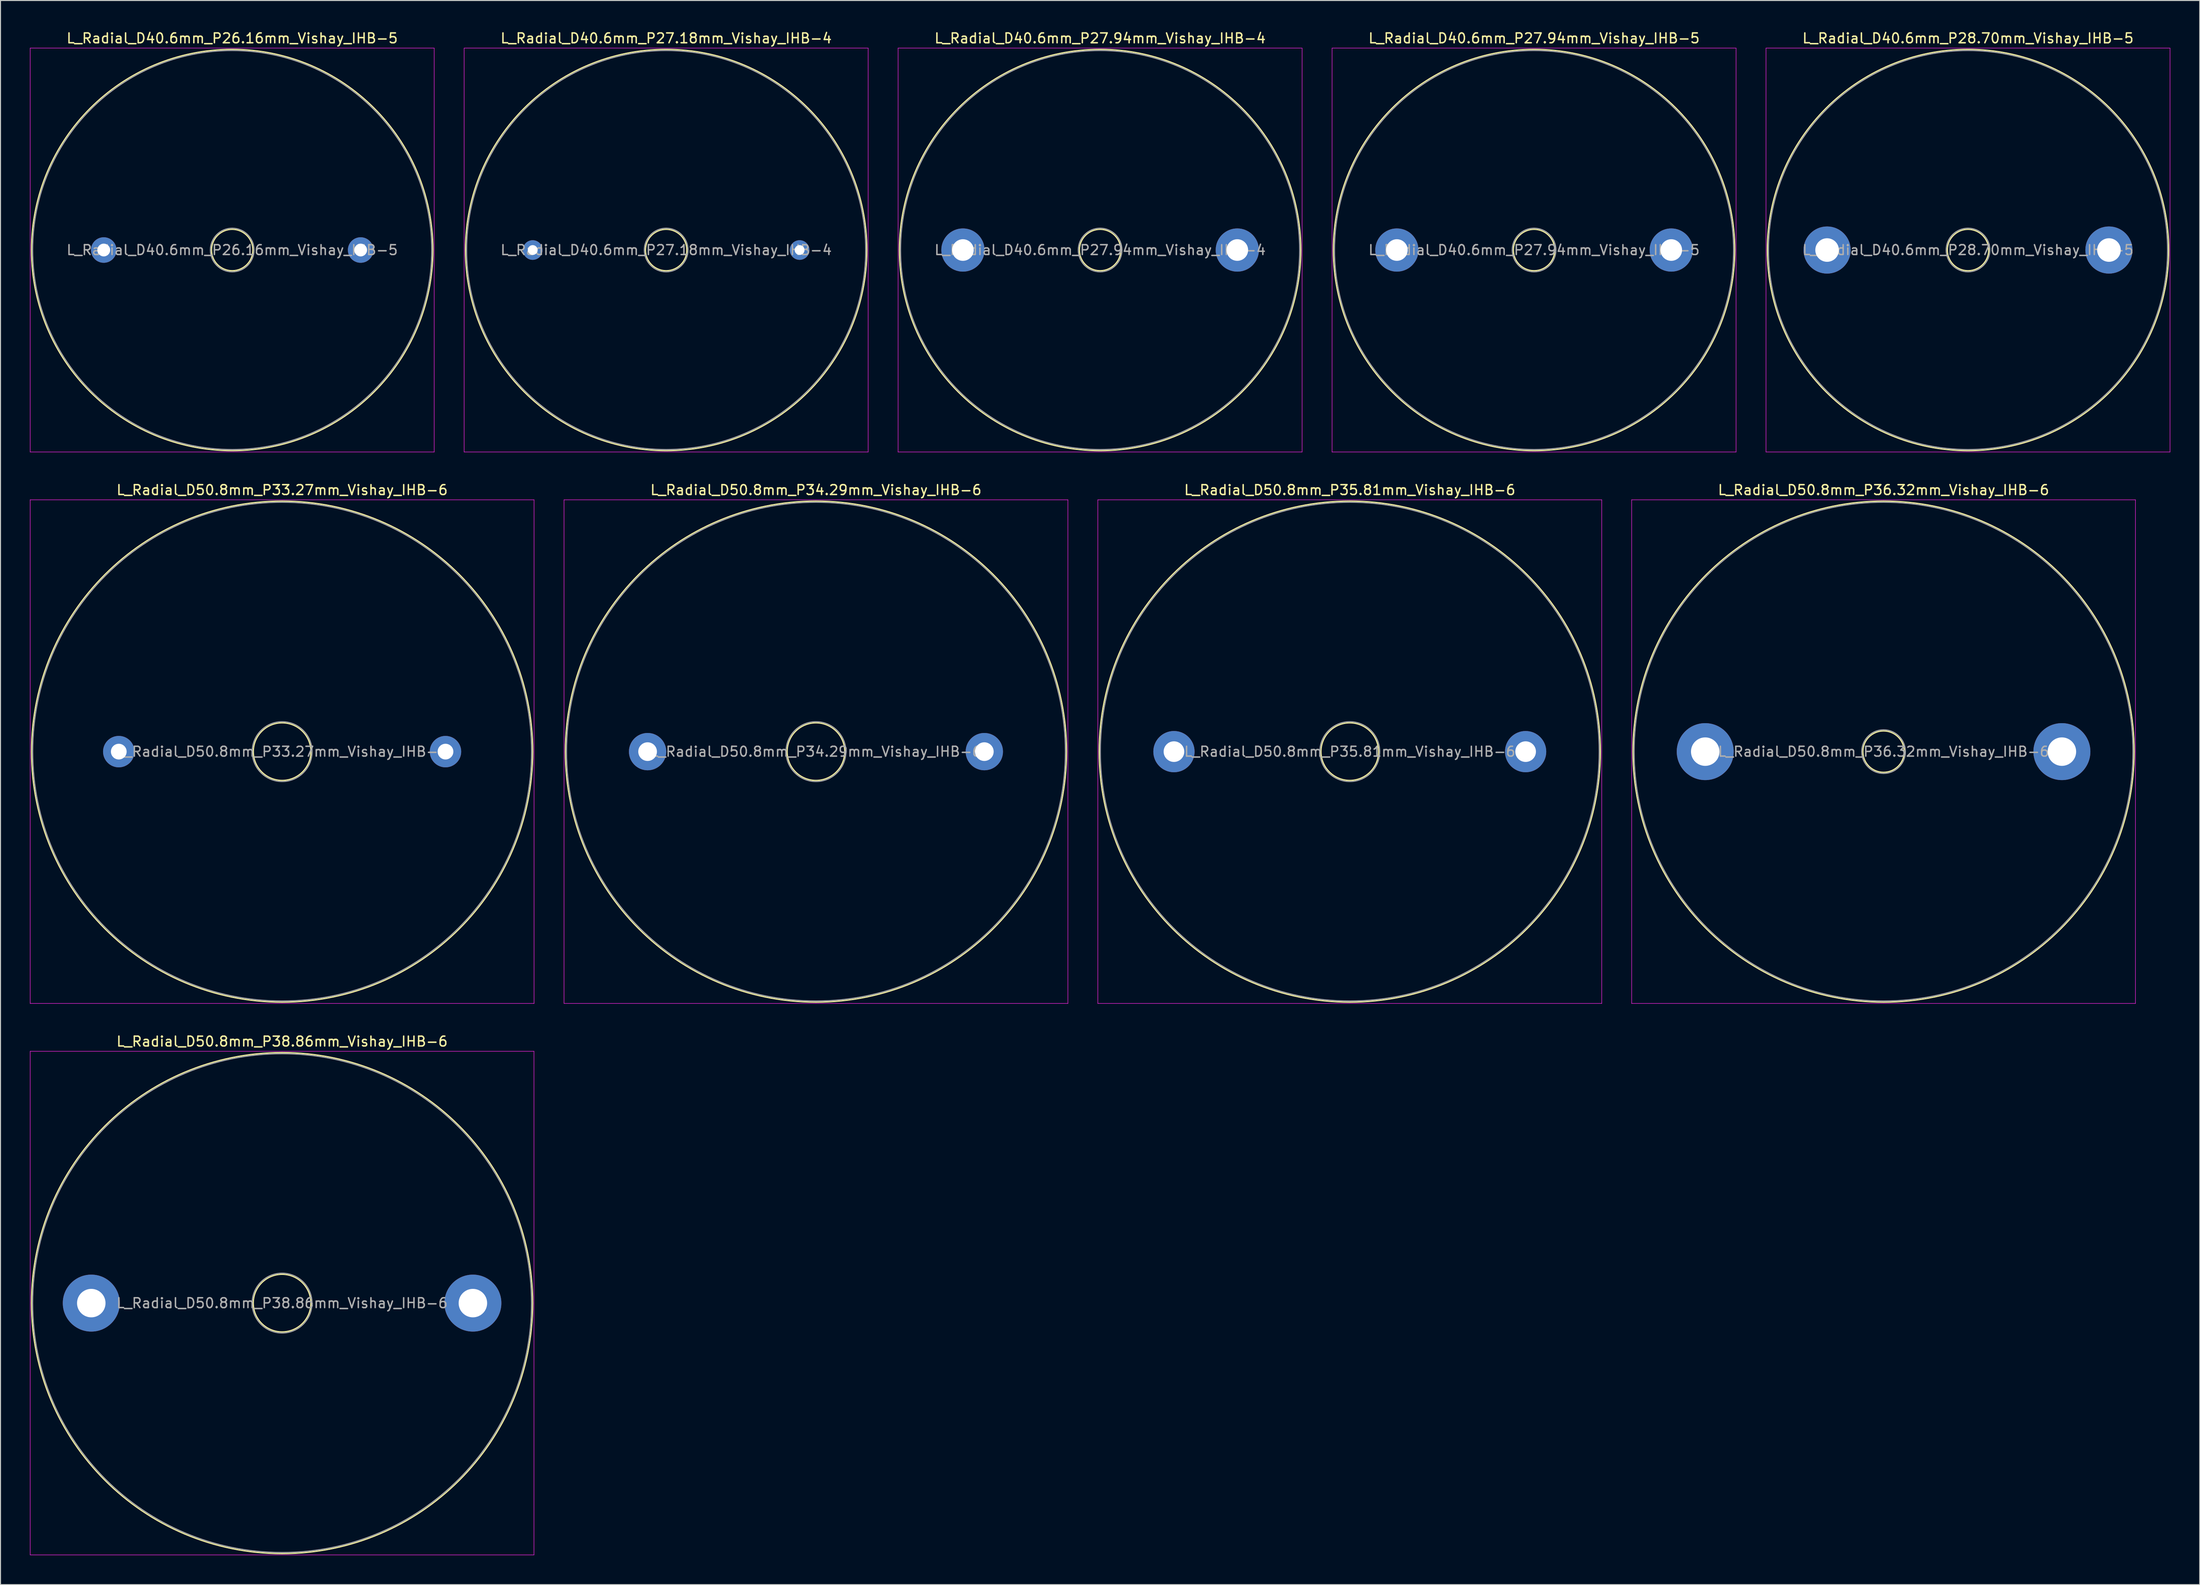
<source format=kicad_pcb>
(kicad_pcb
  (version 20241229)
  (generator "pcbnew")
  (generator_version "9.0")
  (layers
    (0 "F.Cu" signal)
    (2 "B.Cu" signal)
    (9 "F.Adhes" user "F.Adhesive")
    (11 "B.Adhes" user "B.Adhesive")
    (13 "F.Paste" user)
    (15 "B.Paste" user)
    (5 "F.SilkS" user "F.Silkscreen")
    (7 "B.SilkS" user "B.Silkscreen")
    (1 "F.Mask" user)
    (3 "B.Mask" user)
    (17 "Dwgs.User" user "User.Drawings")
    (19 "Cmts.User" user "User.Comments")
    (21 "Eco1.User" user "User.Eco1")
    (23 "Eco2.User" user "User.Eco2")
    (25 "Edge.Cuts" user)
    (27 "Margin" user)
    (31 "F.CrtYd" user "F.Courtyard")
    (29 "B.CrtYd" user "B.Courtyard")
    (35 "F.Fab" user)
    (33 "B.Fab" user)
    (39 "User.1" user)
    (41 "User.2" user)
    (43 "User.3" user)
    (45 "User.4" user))
  (footprint "L_Radial_D40.6mm_P27.18mm_Vishay_IHB-4"
    (layer "F.Cu")
    (at 51.195 22.418)
    (property "Reference" "L_Radial_D40.6mm_P27.18mm_Vishay_IHB-4" (at 13.59 -21.57 0) (layer "F.SilkS") (effects (font (size 1 1) (thickness 0.15))))
    (attr through_hole)
    (fp_circle (center 13.59 0) (end 15.695 0) (stroke (width 0.12) (type solid)) (fill no) (layer "F.SilkS"))
    (fp_circle (center 13.59 0) (end 34.03 0) (stroke (width 0.12) (type solid)) (fill no) (layer "F.SilkS"))
    (fp_line (start -6.98 -20.57) (end -6.98 20.57) (stroke (width 0.05) (type solid)) (layer "F.CrtYd"))
    (fp_line (start -6.98 20.57) (end 34.16 20.57) (stroke (width 0.05) (type solid)) (layer "F.CrtYd"))
    (fp_line (start 34.16 -20.57) (end -6.98 -20.57) (stroke (width 0.05) (type solid)) (layer "F.CrtYd"))
    (fp_line (start 34.16 20.57) (end 34.16 -20.57) (stroke (width 0.05) (type solid)) (layer "F.CrtYd"))
    (fp_circle (center 13.59 0) (end 15.815 0) (stroke (width 0.1) (type solid)) (fill no) (layer "F.Fab"))
    (fp_circle (center 13.59 0) (end 33.91 0) (stroke (width 0.1) (type solid)) (fill no) (layer "F.Fab"))
    (fp_text user "${REFERENCE}" (at 13.59 0 0) (layer "F.Fab") (effects (font (size 1 1) (thickness 0.15))))
    (pad "1" thru_hole circle (at 0 0) (size 2 2) (drill 1) (layers "*.Cu" "*.Mask"))
    (pad "2" thru_hole circle (at 27.18 0) (size 2 2) (drill 1) (layers "*.Cu" "*.Mask")))
  (footprint "L_Radial_D40.6mm_P27.94mm_Vishay_IHB-5"
    (layer "F.Cu")
    (at 139.195 22.418)
    (property "Reference" "L_Radial_D40.6mm_P27.94mm_Vishay_IHB-5" (at 13.97 -21.57 0) (layer "F.SilkS") (effects (font (size 1 1) (thickness 0.15))))
    (attr through_hole)
    (fp_circle (center 13.97 0) (end 16.075 0) (stroke (width 0.12) (type solid)) (fill no) (layer "F.SilkS"))
    (fp_circle (center 13.97 0) (end 34.41 0) (stroke (width 0.12) (type solid)) (fill no) (layer "F.SilkS"))
    (fp_line (start -6.6 -20.57) (end -6.6 20.57) (stroke (width 0.05) (type solid)) (layer "F.CrtYd"))
    (fp_line (start -6.6 20.57) (end 34.54 20.57) (stroke (width 0.05) (type solid)) (layer "F.CrtYd"))
    (fp_line (start 34.54 -20.57) (end -6.6 -20.57) (stroke (width 0.05) (type solid)) (layer "F.CrtYd"))
    (fp_line (start 34.54 20.57) (end 34.54 -20.57) (stroke (width 0.05) (type solid)) (layer "F.CrtYd"))
    (fp_circle (center 13.97 0) (end 16.195 0) (stroke (width 0.1) (type solid)) (fill no) (layer "F.Fab"))
    (fp_circle (center 13.97 0) (end 34.29 0) (stroke (width 0.1) (type solid)) (fill no) (layer "F.Fab"))
    (fp_text user "${REFERENCE}" (at 13.97 0 0) (layer "F.Fab") (effects (font (size 1 1) (thickness 0.15))))
    (pad "1" thru_hole circle (at 0 0) (size 4.4 4.4) (drill 2.2) (layers "*.Cu" "*.Mask"))
    (pad "2" thru_hole circle (at 27.94 0) (size 4.4 4.4) (drill 2.2) (layers "*.Cu" "*.Mask")))
  (footprint "L_Radial_D50.8mm_P38.86mm_Vishay_IHB-6"
    (layer "F.Cu")
    (at 6.245 129.685)
    (property "Reference" "L_Radial_D50.8mm_P38.86mm_Vishay_IHB-6" (at 19.43 -26.65 0) (layer "F.SilkS") (effects (font (size 1 1) (thickness 0.15))))
    (attr through_hole)
    (fp_circle (center 19.43 0) (end 22.36 0) (stroke (width 0.12) (type solid)) (fill no) (layer "F.SilkS"))
    (fp_circle (center 19.43 0) (end 44.95 0) (stroke (width 0.12) (type solid)) (fill no) (layer "F.SilkS"))
    (fp_line (start -6.22 -25.65) (end -6.22 25.65) (stroke (width 0.05) (type solid)) (layer "F.CrtYd"))
    (fp_line (start -6.22 25.65) (end 45.08 25.65) (stroke (width 0.05) (type solid)) (layer "F.CrtYd"))
    (fp_line (start 45.08 -25.65) (end -6.22 -25.65) (stroke (width 0.05) (type solid)) (layer "F.CrtYd"))
    (fp_line (start 45.08 25.65) (end 45.08 -25.65) (stroke (width 0.05) (type solid)) (layer "F.CrtYd"))
    (fp_circle (center 19.43 0) (end 22.48 0) (stroke (width 0.1) (type solid)) (fill no) (layer "F.Fab"))
    (fp_circle (center 19.43 0) (end 44.83 0) (stroke (width 0.1) (type solid)) (fill no) (layer "F.Fab"))
    (fp_text user "${REFERENCE}" (at 19.43 0 0) (layer "F.Fab") (effects (font (size 1 1) (thickness 0.15))))
    (pad "1" thru_hole circle (at 0 0) (size 5.8 5.8) (drill 2.9) (layers "*.Cu" "*.Mask"))
    (pad "2" thru_hole circle (at 38.86 0) (size 5.8 5.8) (drill 2.9) (layers "*.Cu" "*.Mask")))
  (footprint "L_Radial_D50.8mm_P35.81mm_Vishay_IHB-6"
    (layer "F.Cu")
    (at 116.495 73.511)
    (property "Reference" "L_Radial_D50.8mm_P35.81mm_Vishay_IHB-6" (at 17.905 -26.65 0) (layer "F.SilkS") (effects (font (size 1 1) (thickness 0.15))))
    (attr through_hole)
    (fp_circle (center 17.905 0) (end 20.835 0) (stroke (width 0.12) (type solid)) (fill no) (layer "F.SilkS"))
    (fp_circle (center 17.905 0) (end 43.425 0) (stroke (width 0.12) (type solid)) (fill no) (layer "F.SilkS"))
    (fp_line (start -7.75 -25.65) (end -7.75 25.65) (stroke (width 0.05) (type solid)) (layer "F.CrtYd"))
    (fp_line (start -7.75 25.65) (end 43.56 25.65) (stroke (width 0.05) (type solid)) (layer "F.CrtYd"))
    (fp_line (start 43.56 -25.65) (end -7.75 -25.65) (stroke (width 0.05) (type solid)) (layer "F.CrtYd"))
    (fp_line (start 43.56 25.65) (end 43.56 -25.65) (stroke (width 0.05) (type solid)) (layer "F.CrtYd"))
    (fp_circle (center 17.905 0) (end 20.955 0) (stroke (width 0.1) (type solid)) (fill no) (layer "F.Fab"))
    (fp_circle (center 17.905 0) (end 43.305 0) (stroke (width 0.1) (type solid)) (fill no) (layer "F.Fab"))
    (fp_text user "${REFERENCE}" (at 17.905 0 0) (layer "F.Fab") (effects (font (size 1 1) (thickness 0.15))))
    (pad "1" thru_hole circle (at 0 0) (size 4.2 4.2) (drill 2.1) (layers "*.Cu" "*.Mask"))
    (pad "2" thru_hole circle (at 35.81 0) (size 4.2 4.2) (drill 2.1) (layers "*.Cu" "*.Mask")))
  (footprint "L_Radial_D40.6mm_P28.70mm_Vishay_IHB-5"
    (layer "F.Cu")
    (at 183.005 22.418)
    (property "Reference" "L_Radial_D40.6mm_P28.70mm_Vishay_IHB-5" (at 14.35 -21.57 0) (layer "F.SilkS") (effects (font (size 1 1) (thickness 0.15))))
    (attr through_hole)
    (fp_circle (center 14.35 0) (end 16.455 0) (stroke (width 0.12) (type solid)) (fill no) (layer "F.SilkS"))
    (fp_circle (center 14.35 0) (end 34.79 0) (stroke (width 0.12) (type solid)) (fill no) (layer "F.SilkS"))
    (fp_line (start -6.22 -20.57) (end -6.22 20.57) (stroke (width 0.05) (type solid)) (layer "F.CrtYd"))
    (fp_line (start -6.22 20.57) (end 34.92 20.57) (stroke (width 0.05) (type solid)) (layer "F.CrtYd"))
    (fp_line (start 34.92 -20.57) (end -6.22 -20.57) (stroke (width 0.05) (type solid)) (layer "F.CrtYd"))
    (fp_line (start 34.92 20.57) (end 34.92 -20.57) (stroke (width 0.05) (type solid)) (layer "F.CrtYd"))
    (fp_circle (center 14.35 0) (end 16.575 0) (stroke (width 0.1) (type solid)) (fill no) (layer "F.Fab"))
    (fp_circle (center 14.35 0) (end 34.67 0) (stroke (width 0.1) (type solid)) (fill no) (layer "F.Fab"))
    (fp_text user "${REFERENCE}" (at 14.35 0 0) (layer "F.Fab") (effects (font (size 1 1) (thickness 0.15))))
    (pad "1" thru_hole circle (at 0 0) (size 4.8 4.8) (drill 2.4) (layers "*.Cu" "*.Mask"))
    (pad "2" thru_hole circle (at 28.7 0) (size 4.8 4.8) (drill 2.4) (layers "*.Cu" "*.Mask")))
  (footprint "L_Radial_D40.6mm_P26.16mm_Vishay_IHB-5"
    (layer "F.Cu")
    (at 7.515 22.418)
    (property "Reference" "L_Radial_D40.6mm_P26.16mm_Vishay_IHB-5" (at 13.08 -21.57 0) (layer "F.SilkS") (effects (font (size 1 1) (thickness 0.15))))
    (attr through_hole)
    (fp_circle (center 13.08 0) (end 15.185 0) (stroke (width 0.12) (type solid)) (fill no) (layer "F.SilkS"))
    (fp_circle (center 13.08 0) (end 33.52 0) (stroke (width 0.12) (type solid)) (fill no) (layer "F.SilkS"))
    (fp_line (start -7.49 -20.57) (end -7.49 20.57) (stroke (width 0.05) (type solid)) (layer "F.CrtYd"))
    (fp_line (start -7.49 20.57) (end 33.65 20.57) (stroke (width 0.05) (type solid)) (layer "F.CrtYd"))
    (fp_line (start 33.65 -20.57) (end -7.49 -20.57) (stroke (width 0.05) (type solid)) (layer "F.CrtYd"))
    (fp_line (start 33.65 20.57) (end 33.65 -20.57) (stroke (width 0.05) (type solid)) (layer "F.CrtYd"))
    (fp_circle (center 13.08 0) (end 15.305 0) (stroke (width 0.1) (type solid)) (fill no) (layer "F.Fab"))
    (fp_circle (center 13.08 0) (end 33.4 0) (stroke (width 0.1) (type solid)) (fill no) (layer "F.Fab"))
    (fp_text user "${REFERENCE}" (at 13.08 0 0) (layer "F.Fab") (effects (font (size 1 1) (thickness 0.15))))
    (pad "1" thru_hole circle (at 0 0) (size 2.6 2.6) (drill 1.3) (layers "*.Cu" "*.Mask"))
    (pad "2" thru_hole circle (at 26.16 0) (size 2.6 2.6) (drill 1.3) (layers "*.Cu" "*.Mask")))
  (footprint "L_Radial_D40.6mm_P27.94mm_Vishay_IHB-4"
    (layer "F.Cu")
    (at 95.005 22.418)
    (property "Reference" "L_Radial_D40.6mm_P27.94mm_Vishay_IHB-4" (at 13.97 -21.57 0) (layer "F.SilkS") (effects (font (size 1 1) (thickness 0.15))))
    (attr through_hole)
    (fp_circle (center 13.97 0) (end 16.075 0) (stroke (width 0.12) (type solid)) (fill no) (layer "F.SilkS"))
    (fp_circle (center 13.97 0) (end 34.41 0) (stroke (width 0.12) (type solid)) (fill no) (layer "F.SilkS"))
    (fp_line (start -6.6 -20.57) (end -6.6 20.57) (stroke (width 0.05) (type solid)) (layer "F.CrtYd"))
    (fp_line (start -6.6 20.57) (end 34.54 20.57) (stroke (width 0.05) (type solid)) (layer "F.CrtYd"))
    (fp_line (start 34.54 -20.57) (end -6.6 -20.57) (stroke (width 0.05) (type solid)) (layer "F.CrtYd"))
    (fp_line (start 34.54 20.57) (end 34.54 -20.57) (stroke (width 0.05) (type solid)) (layer "F.CrtYd"))
    (fp_circle (center 13.97 0) (end 16.195 0) (stroke (width 0.1) (type solid)) (fill no) (layer "F.Fab"))
    (fp_circle (center 13.97 0) (end 34.29 0) (stroke (width 0.1) (type solid)) (fill no) (layer "F.Fab"))
    (fp_text user "${REFERENCE}" (at 13.97 0 0) (layer "F.Fab") (effects (font (size 1 1) (thickness 0.15))))
    (pad "1" thru_hole circle (at 0 0) (size 4.4 4.4) (drill 2.2) (layers "*.Cu" "*.Mask"))
    (pad "2" thru_hole circle (at 27.94 0) (size 4.4 4.4) (drill 2.2) (layers "*.Cu" "*.Mask")))
  (footprint "L_Radial_D50.8mm_P36.32mm_Vishay_IHB-6"
    (layer "F.Cu")
    (at 170.595 73.511)
    (property "Reference" "L_Radial_D50.8mm_P36.32mm_Vishay_IHB-6" (at 18.16 -26.65 0) (layer "F.SilkS") (effects (font (size 1 1) (thickness 0.15))))
    (attr through_hole)
    (fp_circle (center 18.16 0) (end 20.265 0) (stroke (width 0.12) (type solid)) (fill no) (layer "F.SilkS"))
    (fp_circle (center 18.16 0) (end 43.68 0) (stroke (width 0.12) (type solid)) (fill no) (layer "F.SilkS"))
    (fp_line (start -7.49 -25.65) (end -7.49 25.65) (stroke (width 0.05) (type solid)) (layer "F.CrtYd"))
    (fp_line (start -7.49 25.65) (end 43.81 25.65) (stroke (width 0.05) (type solid)) (layer "F.CrtYd"))
    (fp_line (start 43.81 -25.65) (end -7.49 -25.65) (stroke (width 0.05) (type solid)) (layer "F.CrtYd"))
    (fp_line (start 43.81 25.65) (end 43.81 -25.65) (stroke (width 0.05) (type solid)) (layer "F.CrtYd"))
    (fp_circle (center 18.16 0) (end 20.385 0) (stroke (width 0.1) (type solid)) (fill no) (layer "F.Fab"))
    (fp_circle (center 18.16 0) (end 43.56 0) (stroke (width 0.1) (type solid)) (fill no) (layer "F.Fab"))
    (fp_text user "${REFERENCE}" (at 18.16 0 0) (layer "F.Fab") (effects (font (size 1 1) (thickness 0.15))))
    (pad "1" thru_hole circle (at 0 0) (size 5.8 5.8) (drill 2.9) (layers "*.Cu" "*.Mask"))
    (pad "2" thru_hole circle (at 36.32 0) (size 5.8 5.8) (drill 2.9) (layers "*.Cu" "*.Mask")))
  (footprint "L_Radial_D50.8mm_P34.29mm_Vishay_IHB-6"
    (layer "F.Cu")
    (at 62.895 73.511)
    (property "Reference" "L_Radial_D50.8mm_P34.29mm_Vishay_IHB-6" (at 17.145 -26.65 0) (layer "F.SilkS") (effects (font (size 1 1) (thickness 0.15))))
    (attr through_hole)
    (fp_circle (center 17.145 0) (end 20.075 0) (stroke (width 0.12) (type solid)) (fill no) (layer "F.SilkS"))
    (fp_circle (center 17.145 0) (end 42.665 0) (stroke (width 0.12) (type solid)) (fill no) (layer "F.SilkS"))
    (fp_line (start -8.51 -25.65) (end -8.51 25.65) (stroke (width 0.05) (type solid)) (layer "F.CrtYd"))
    (fp_line (start -8.51 25.65) (end 42.8 25.65) (stroke (width 0.05) (type solid)) (layer "F.CrtYd"))
    (fp_line (start 42.8 -25.65) (end -8.51 -25.65) (stroke (width 0.05) (type solid)) (layer "F.CrtYd"))
    (fp_line (start 42.8 25.65) (end 42.8 -25.65) (stroke (width 0.05) (type solid)) (layer "F.CrtYd"))
    (fp_circle (center 17.145 0) (end 20.195 0) (stroke (width 0.1) (type solid)) (fill no) (layer "F.Fab"))
    (fp_circle (center 17.145 0) (end 42.545 0) (stroke (width 0.1) (type solid)) (fill no) (layer "F.Fab"))
    (fp_text user "${REFERENCE}" (at 17.145 0 0) (layer "F.Fab") (effects (font (size 1 1) (thickness 0.15))))
    (pad "1" thru_hole circle (at 0 0) (size 3.8 3.8) (drill 1.9) (layers "*.Cu" "*.Mask"))
    (pad "2" thru_hole circle (at 34.29 0) (size 3.8 3.8) (drill 1.9) (layers "*.Cu" "*.Mask")))
  (footprint "L_Radial_D50.8mm_P33.27mm_Vishay_IHB-6"
    (layer "F.Cu")
    (at 9.045 73.511)
    (property "Reference" "L_Radial_D50.8mm_P33.27mm_Vishay_IHB-6" (at 16.635 -26.65 0) (layer "F.SilkS") (effects (font (size 1 1) (thickness 0.15))))
    (attr through_hole)
    (fp_circle (center 16.635 0) (end 19.565 0) (stroke (width 0.12) (type solid)) (fill no) (layer "F.SilkS"))
    (fp_circle (center 16.635 0) (end 42.155 0) (stroke (width 0.12) (type solid)) (fill no) (layer "F.SilkS"))
    (fp_line (start -9.02 -25.65) (end -9.02 25.65) (stroke (width 0.05) (type solid)) (layer "F.CrtYd"))
    (fp_line (start -9.02 25.65) (end 42.29 25.65) (stroke (width 0.05) (type solid)) (layer "F.CrtYd"))
    (fp_line (start 42.29 -25.65) (end -9.02 -25.65) (stroke (width 0.05) (type solid)) (layer "F.CrtYd"))
    (fp_line (start 42.29 25.65) (end 42.29 -25.65) (stroke (width 0.05) (type solid)) (layer "F.CrtYd"))
    (fp_circle (center 16.635 0) (end 19.685 0) (stroke (width 0.1) (type solid)) (fill no) (layer "F.Fab"))
    (fp_circle (center 16.635 0) (end 42.035 0) (stroke (width 0.1) (type solid)) (fill no) (layer "F.Fab"))
    (fp_text user "${REFERENCE}" (at 16.635 0 0) (layer "F.Fab") (effects (font (size 1 1) (thickness 0.15))))
    (pad "1" thru_hole circle (at 0 0) (size 3.2 3.2) (drill 1.6) (layers "*.Cu" "*.Mask"))
    (pad "2" thru_hole circle (at 33.27 0) (size 3.2 3.2) (drill 1.6) (layers "*.Cu" "*.Mask")))
  (gr_rect
    (start -3 -3)
    (end 220.95 158.36)
    (stroke (width 0.1) (type default))
    (fill no)
    (layer "Edge.Cuts")))
</source>
